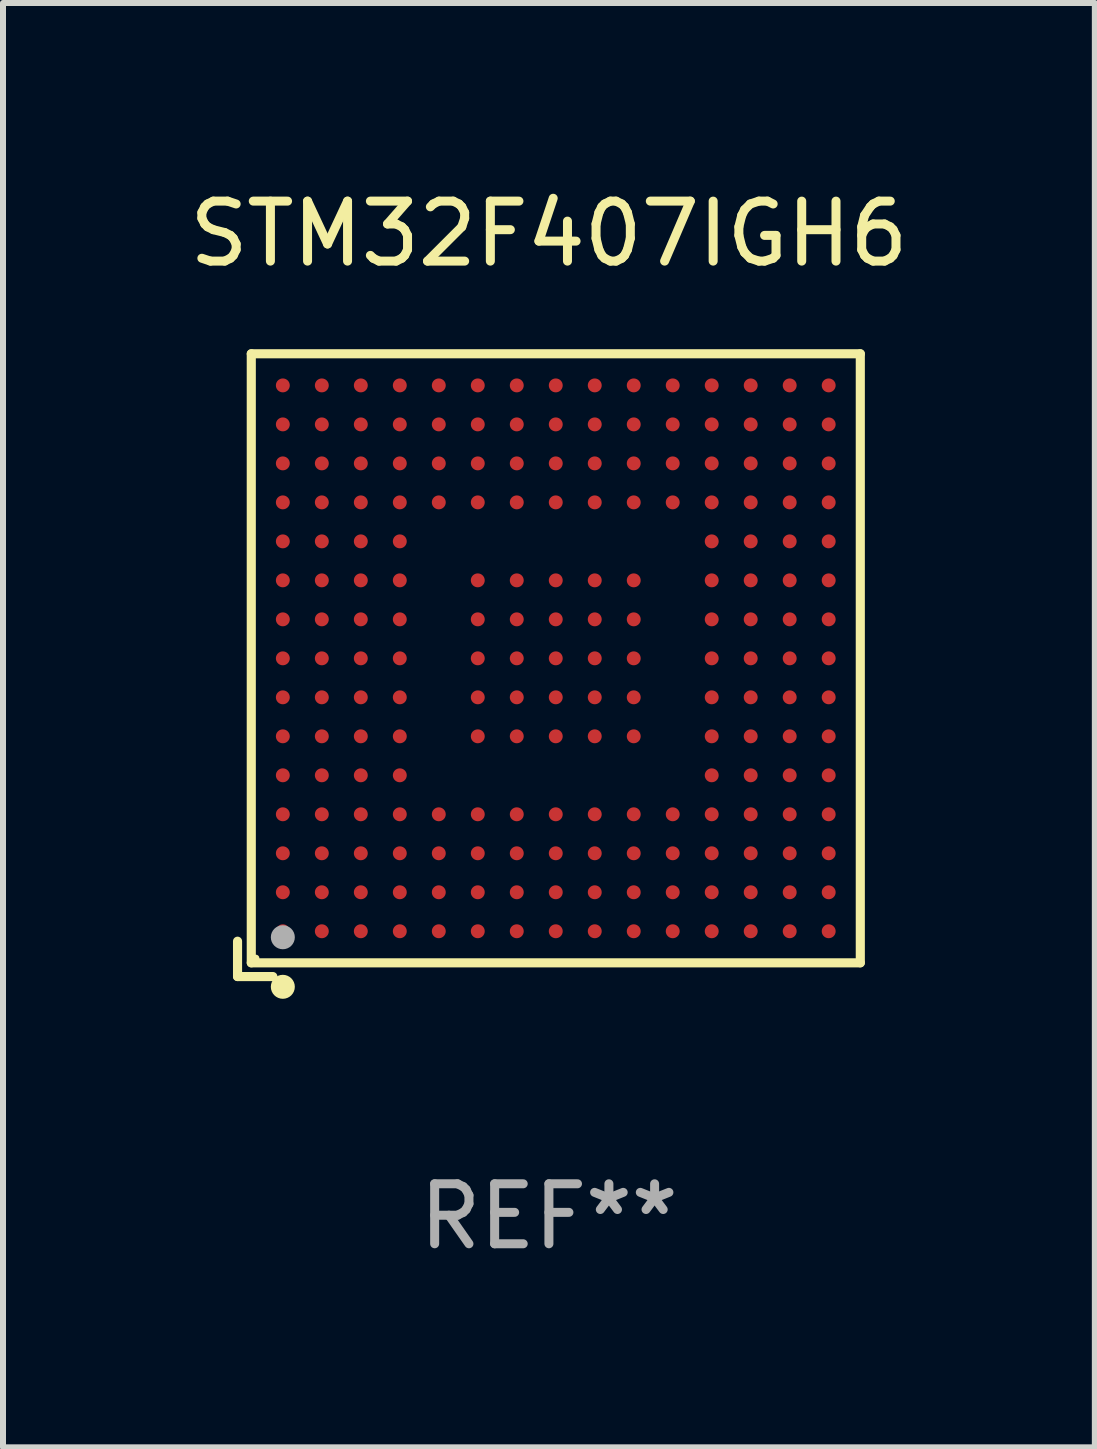
<source format=kicad_pcb>
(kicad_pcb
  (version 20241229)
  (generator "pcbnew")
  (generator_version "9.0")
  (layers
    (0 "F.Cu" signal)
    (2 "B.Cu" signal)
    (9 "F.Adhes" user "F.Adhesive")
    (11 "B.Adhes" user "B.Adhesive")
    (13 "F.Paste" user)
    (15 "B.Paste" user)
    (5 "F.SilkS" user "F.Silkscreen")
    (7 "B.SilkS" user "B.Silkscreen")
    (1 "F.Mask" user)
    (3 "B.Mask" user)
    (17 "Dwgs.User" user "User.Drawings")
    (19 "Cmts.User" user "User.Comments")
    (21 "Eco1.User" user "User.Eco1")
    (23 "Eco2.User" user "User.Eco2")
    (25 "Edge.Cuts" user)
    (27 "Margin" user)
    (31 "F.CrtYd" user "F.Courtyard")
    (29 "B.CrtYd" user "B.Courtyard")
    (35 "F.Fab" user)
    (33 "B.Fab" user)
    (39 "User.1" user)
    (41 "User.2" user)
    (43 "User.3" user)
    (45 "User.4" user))
  (footprint "STM32F407IGH6"
    (layer "F.Cu")
    (at 6.101 8.039)
    (property "Reference" "STM32F407IGH6" (at 0 -7.191 0) (layer "F.SilkS") (effects (font (size 1 1) (thickness 0.15))))
    (attr through_hole)
    (fp_line (start -5.191 4.602) (end -5.191 5.191) (stroke (width 0.152) (type solid)) (layer "F.SilkS"))
    (fp_line (start -5.191 5.191) (end -4.602 5.191) (stroke (width 0.152) (type solid)) (layer "F.SilkS"))
    (fp_line (start -4.962 -5.191) (end 5.191 -5.191) (stroke (width 0.152) (type solid)) (layer "F.SilkS"))
    (fp_line (start -4.962 4.962) (end -4.962 -5.191) (stroke (width 0.152) (type solid)) (layer "F.SilkS"))
    (fp_line (start 5.191 -5.191) (end 5.191 4.962) (stroke (width 0.152) (type solid)) (layer "F.SilkS"))
    (fp_line (start 5.191 4.962) (end -4.962 4.962) (stroke (width 0.152) (type solid)) (layer "F.SilkS"))
    (fp_circle (center -4.886 4.886) (end -4.856 4.886) (stroke (width 0.06) (type solid)) (fill no) (layer "F.SilkS"))
    (fp_circle (center -4.436 5.362) (end -4.336 5.362) (stroke (width 0.2) (type solid)) (fill no) (layer "F.SilkS"))
    (fp_circle (center -4.436 4.536) (end -4.336 4.536) (stroke (width 0.2) (type solid)) (fill no) (layer "F.Fab"))
    (fp_text user "REF**" (at 0 9.191 0) (layer "F.Fab") (effects (font (size 1 1) (thickness 0.15))))
    (pad "A1" smd circle (at -4.436 4.436) (size 0.232 0.232) (layers "F.Cu" "F.Mask" "F.Paste"))
    (pad "A2" smd circle (at -4.436 3.786) (size 0.232 0.232) (layers "F.Cu" "F.Mask" "F.Paste"))
    (pad "A3" smd circle (at -4.436 3.136) (size 0.232 0.232) (layers "F.Cu" "F.Mask" "F.Paste"))
    (pad "A4" smd circle (at -4.436 2.486) (size 0.232 0.232) (layers "F.Cu" "F.Mask" "F.Paste"))
    (pad "A5" smd circle (at -4.436 1.836) (size 0.232 0.232) (layers "F.Cu" "F.Mask" "F.Paste"))
    (pad "A6" smd circle (at -4.436 1.186) (size 0.232 0.232) (layers "F.Cu" "F.Mask" "F.Paste"))
    (pad "A7" smd circle (at -4.436 0.536) (size 0.232 0.232) (layers "F.Cu" "F.Mask" "F.Paste"))
    (pad "A8" smd circle (at -4.436 -0.114) (size 0.232 0.232) (layers "F.Cu" "F.Mask" "F.Paste"))
    (pad "A9" smd circle (at -4.436 -0.764) (size 0.232 0.232) (layers "F.Cu" "F.Mask" "F.Paste"))
    (pad "A10" smd circle (at -4.436 -1.414) (size 0.232 0.232) (layers "F.Cu" "F.Mask" "F.Paste"))
    (pad "A11" smd circle (at -4.436 -2.064) (size 0.232 0.232) (layers "F.Cu" "F.Mask" "F.Paste"))
    (pad "A12" smd circle (at -4.436 -2.714) (size 0.232 0.232) (layers "F.Cu" "F.Mask" "F.Paste"))
    (pad "A13" smd circle (at -4.436 -3.364) (size 0.232 0.232) (layers "F.Cu" "F.Mask" "F.Paste"))
    (pad "A14" smd circle (at -4.436 -4.014) (size 0.232 0.232) (layers "F.Cu" "F.Mask" "F.Paste"))
    (pad "A15" smd circle (at -4.436 -4.664) (size 0.232 0.232) (layers "F.Cu" "F.Mask" "F.Paste"))
    (pad "B1" smd circle (at -3.786 4.436) (size 0.232 0.232) (layers "F.Cu" "F.Mask" "F.Paste"))
    (pad "B2" smd circle (at -3.786 3.786) (size 0.232 0.232) (layers "F.Cu" "F.Mask" "F.Paste"))
    (pad "B3" smd circle (at -3.786 3.136) (size 0.232 0.232) (layers "F.Cu" "F.Mask" "F.Paste"))
    (pad "B4" smd circle (at -3.786 2.486) (size 0.232 0.232) (layers "F.Cu" "F.Mask" "F.Paste"))
    (pad "B5" smd circle (at -3.786 1.836) (size 0.232 0.232) (layers "F.Cu" "F.Mask" "F.Paste"))
    (pad "B6" smd circle (at -3.786 1.186) (size 0.232 0.232) (layers "F.Cu" "F.Mask" "F.Paste"))
    (pad "B7" smd circle (at -3.786 0.536) (size 0.232 0.232) (layers "F.Cu" "F.Mask" "F.Paste"))
    (pad "B8" smd circle (at -3.786 -0.114) (size 0.232 0.232) (layers "F.Cu" "F.Mask" "F.Paste"))
    (pad "B9" smd circle (at -3.786 -0.764) (size 0.232 0.232) (layers "F.Cu" "F.Mask" "F.Paste"))
    (pad "B10" smd circle (at -3.786 -1.414) (size 0.232 0.232) (layers "F.Cu" "F.Mask" "F.Paste"))
    (pad "B11" smd circle (at -3.786 -2.064) (size 0.232 0.232) (layers "F.Cu" "F.Mask" "F.Paste"))
    (pad "B12" smd circle (at -3.786 -2.714) (size 0.232 0.232) (layers "F.Cu" "F.Mask" "F.Paste"))
    (pad "B13" smd circle (at -3.786 -3.364) (size 0.232 0.232) (layers "F.Cu" "F.Mask" "F.Paste"))
    (pad "B14" smd circle (at -3.786 -4.014) (size 0.232 0.232) (layers "F.Cu" "F.Mask" "F.Paste"))
    (pad "B15" smd circle (at -3.786 -4.664) (size 0.232 0.232) (layers "F.Cu" "F.Mask" "F.Paste"))
    (pad "C1" smd circle (at -3.136 4.436) (size 0.232 0.232) (layers "F.Cu" "F.Mask" "F.Paste"))
    (pad "C2" smd circle (at -3.136 3.786) (size 0.232 0.232) (layers "F.Cu" "F.Mask" "F.Paste"))
    (pad "C3" smd circle (at -3.136 3.136) (size 0.232 0.232) (layers "F.Cu" "F.Mask" "F.Paste"))
    (pad "C4" smd circle (at -3.136 2.486) (size 0.232 0.232) (layers "F.Cu" "F.Mask" "F.Paste"))
    (pad "C5" smd circle (at -3.136 1.836) (size 0.232 0.232) (layers "F.Cu" "F.Mask" "F.Paste"))
    (pad "C6" smd circle (at -3.136 1.186) (size 0.232 0.232) (layers "F.Cu" "F.Mask" "F.Paste"))
    (pad "C7" smd circle (at -3.136 0.536) (size 0.232 0.232) (layers "F.Cu" "F.Mask" "F.Paste"))
    (pad "C8" smd circle (at -3.136 -0.114) (size 0.232 0.232) (layers "F.Cu" "F.Mask" "F.Paste"))
    (pad "C9" smd circle (at -3.136 -0.764) (size 0.232 0.232) (layers "F.Cu" "F.Mask" "F.Paste"))
    (pad "C10" smd circle (at -3.136 -1.414) (size 0.232 0.232) (layers "F.Cu" "F.Mask" "F.Paste"))
    (pad "C11" smd circle (at -3.136 -2.064) (size 0.232 0.232) (layers "F.Cu" "F.Mask" "F.Paste"))
    (pad "C12" smd circle (at -3.136 -2.714) (size 0.232 0.232) (layers "F.Cu" "F.Mask" "F.Paste"))
    (pad "C13" smd circle (at -3.136 -3.364) (size 0.232 0.232) (layers "F.Cu" "F.Mask" "F.Paste"))
    (pad "C14" smd circle (at -3.136 -4.014) (size 0.232 0.232) (layers "F.Cu" "F.Mask" "F.Paste"))
    (pad "C15" smd circle (at -3.136 -4.664) (size 0.232 0.232) (layers "F.Cu" "F.Mask" "F.Paste"))
    (pad "D1" smd circle (at -2.486 4.436) (size 0.232 0.232) (layers "F.Cu" "F.Mask" "F.Paste"))
    (pad "D2" smd circle (at -2.486 3.786) (size 0.232 0.232) (layers "F.Cu" "F.Mask" "F.Paste"))
    (pad "D3" smd circle (at -2.486 3.136) (size 0.232 0.232) (layers "F.Cu" "F.Mask" "F.Paste"))
    (pad "D4" smd circle (at -2.486 2.486) (size 0.232 0.232) (layers "F.Cu" "F.Mask" "F.Paste"))
    (pad "D5" smd circle (at -2.486 1.836) (size 0.232 0.232) (layers "F.Cu" "F.Mask" "F.Paste"))
    (pad "D6" smd circle (at -2.486 1.186) (size 0.232 0.232) (layers "F.Cu" "F.Mask" "F.Paste"))
    (pad "D7" smd circle (at -2.486 0.536) (size 0.232 0.232) (layers "F.Cu" "F.Mask" "F.Paste"))
    (pad "D8" smd circle (at -2.486 -0.114) (size 0.232 0.232) (layers "F.Cu" "F.Mask" "F.Paste"))
    (pad "D9" smd circle (at -2.486 -0.764) (size 0.232 0.232) (layers "F.Cu" "F.Mask" "F.Paste"))
    (pad "D10" smd circle (at -2.486 -1.414) (size 0.232 0.232) (layers "F.Cu" "F.Mask" "F.Paste"))
    (pad "D11" smd circle (at -2.486 -2.064) (size 0.232 0.232) (layers "F.Cu" "F.Mask" "F.Paste"))
    (pad "D12" smd circle (at -2.486 -2.714) (size 0.232 0.232) (layers "F.Cu" "F.Mask" "F.Paste"))
    (pad "D13" smd circle (at -2.486 -3.364) (size 0.232 0.232) (layers "F.Cu" "F.Mask" "F.Paste"))
    (pad "D14" smd circle (at -2.486 -4.014) (size 0.232 0.232) (layers "F.Cu" "F.Mask" "F.Paste"))
    (pad "D15" smd circle (at -2.486 -4.664) (size 0.232 0.232) (layers "F.Cu" "F.Mask" "F.Paste"))
    (pad "E1" smd circle (at -1.836 4.436) (size 0.232 0.232) (layers "F.Cu" "F.Mask" "F.Paste"))
    (pad "E2" smd circle (at -1.836 3.786) (size 0.232 0.232) (layers "F.Cu" "F.Mask" "F.Paste"))
    (pad "E3" smd circle (at -1.836 3.136) (size 0.232 0.232) (layers "F.Cu" "F.Mask" "F.Paste"))
    (pad "E4" smd circle (at -1.836 2.486) (size 0.232 0.232) (layers "F.Cu" "F.Mask" "F.Paste"))
    (pad "E12" smd circle (at -1.836 -2.714) (size 0.232 0.232) (layers "F.Cu" "F.Mask" "F.Paste"))
    (pad "E13" smd circle (at -1.836 -3.364) (size 0.232 0.232) (layers "F.Cu" "F.Mask" "F.Paste"))
    (pad "E14" smd circle (at -1.836 -4.014) (size 0.232 0.232) (layers "F.Cu" "F.Mask" "F.Paste"))
    (pad "E15" smd circle (at -1.836 -4.664) (size 0.232 0.232) (layers "F.Cu" "F.Mask" "F.Paste"))
    (pad "F1" smd circle (at -1.186 4.436) (size 0.232 0.232) (layers "F.Cu" "F.Mask" "F.Paste"))
    (pad "F2" smd circle (at -1.186 3.786) (size 0.232 0.232) (layers "F.Cu" "F.Mask" "F.Paste"))
    (pad "F3" smd circle (at -1.186 3.136) (size 0.232 0.232) (layers "F.Cu" "F.Mask" "F.Paste"))
    (pad "F4" smd circle (at -1.186 2.486) (size 0.232 0.232) (layers "F.Cu" "F.Mask" "F.Paste"))
    (pad "F6" smd circle (at -1.186 1.186) (size 0.232 0.232) (layers "F.Cu" "F.Mask" "F.Paste"))
    (pad "F7" smd circle (at -1.186 0.536) (size 0.232 0.232) (layers "F.Cu" "F.Mask" "F.Paste"))
    (pad "F8" smd circle (at -1.186 -0.114) (size 0.232 0.232) (layers "F.Cu" "F.Mask" "F.Paste"))
    (pad "F9" smd circle (at -1.186 -0.764) (size 0.232 0.232) (layers "F.Cu" "F.Mask" "F.Paste"))
    (pad "F10" smd circle (at -1.186 -1.414) (size 0.232 0.232) (layers "F.Cu" "F.Mask" "F.Paste"))
    (pad "F12" smd circle (at -1.186 -2.714) (size 0.232 0.232) (layers "F.Cu" "F.Mask" "F.Paste"))
    (pad "F13" smd circle (at -1.186 -3.364) (size 0.232 0.232) (layers "F.Cu" "F.Mask" "F.Paste"))
    (pad "F14" smd circle (at -1.186 -4.014) (size 0.232 0.232) (layers "F.Cu" "F.Mask" "F.Paste"))
    (pad "F15" smd circle (at -1.186 -4.664) (size 0.232 0.232) (layers "F.Cu" "F.Mask" "F.Paste"))
    (pad "G1" smd circle (at -0.536 4.436) (size 0.232 0.232) (layers "F.Cu" "F.Mask" "F.Paste"))
    (pad "G2" smd circle (at -0.536 3.786) (size 0.232 0.232) (layers "F.Cu" "F.Mask" "F.Paste"))
    (pad "G3" smd circle (at -0.536 3.136) (size 0.232 0.232) (layers "F.Cu" "F.Mask" "F.Paste"))
    (pad "G4" smd circle (at -0.536 2.486) (size 0.232 0.232) (layers "F.Cu" "F.Mask" "F.Paste"))
    (pad "G6" smd circle (at -0.536 1.186) (size 0.232 0.232) (layers "F.Cu" "F.Mask" "F.Paste"))
    (pad "G7" smd circle (at -0.536 0.536) (size 0.232 0.232) (layers "F.Cu" "F.Mask" "F.Paste"))
    (pad "G8" smd circle (at -0.536 -0.114) (size 0.232 0.232) (layers "F.Cu" "F.Mask" "F.Paste"))
    (pad "G9" smd circle (at -0.536 -0.764) (size 0.232 0.232) (layers "F.Cu" "F.Mask" "F.Paste"))
    (pad "G10" smd circle (at -0.536 -1.414) (size 0.232 0.232) (layers "F.Cu" "F.Mask" "F.Paste"))
    (pad "G12" smd circle (at -0.536 -2.714) (size 0.232 0.232) (layers "F.Cu" "F.Mask" "F.Paste"))
    (pad "G13" smd circle (at -0.536 -3.364) (size 0.232 0.232) (layers "F.Cu" "F.Mask" "F.Paste"))
    (pad "G14" smd circle (at -0.536 -4.014) (size 0.232 0.232) (layers "F.Cu" "F.Mask" "F.Paste"))
    (pad "G15" smd circle (at -0.536 -4.664) (size 0.232 0.232) (layers "F.Cu" "F.Mask" "F.Paste"))
    (pad "H1" smd circle (at 0.114 4.436) (size 0.232 0.232) (layers "F.Cu" "F.Mask" "F.Paste"))
    (pad "H2" smd circle (at 0.114 3.786) (size 0.232 0.232) (layers "F.Cu" "F.Mask" "F.Paste"))
    (pad "H3" smd circle (at 0.114 3.136) (size 0.232 0.232) (layers "F.Cu" "F.Mask" "F.Paste"))
    (pad "H4" smd circle (at 0.114 2.486) (size 0.232 0.232) (layers "F.Cu" "F.Mask" "F.Paste"))
    (pad "H6" smd circle (at 0.114 1.186) (size 0.232 0.232) (layers "F.Cu" "F.Mask" "F.Paste"))
    (pad "H7" smd circle (at 0.114 0.536) (size 0.232 0.232) (layers "F.Cu" "F.Mask" "F.Paste"))
    (pad "H8" smd circle (at 0.114 -0.114) (size 0.232 0.232) (layers "F.Cu" "F.Mask" "F.Paste"))
    (pad "H9" smd circle (at 0.114 -0.764) (size 0.232 0.232) (layers "F.Cu" "F.Mask" "F.Paste"))
    (pad "H10" smd circle (at 0.114 -1.414) (size 0.232 0.232) (layers "F.Cu" "F.Mask" "F.Paste"))
    (pad "H12" smd circle (at 0.114 -2.714) (size 0.232 0.232) (layers "F.Cu" "F.Mask" "F.Paste"))
    (pad "H13" smd circle (at 0.114 -3.364) (size 0.232 0.232) (layers "F.Cu" "F.Mask" "F.Paste"))
    (pad "H14" smd circle (at 0.114 -4.014) (size 0.232 0.232) (layers "F.Cu" "F.Mask" "F.Paste"))
    (pad "H15" smd circle (at 0.114 -4.664) (size 0.232 0.232) (layers "F.Cu" "F.Mask" "F.Paste"))
    (pad "J1" smd circle (at 0.764 4.436) (size 0.232 0.232) (layers "F.Cu" "F.Mask" "F.Paste"))
    (pad "J2" smd circle (at 0.764 3.786) (size 0.232 0.232) (layers "F.Cu" "F.Mask" "F.Paste"))
    (pad "J3" smd circle (at 0.764 3.136) (size 0.232 0.232) (layers "F.Cu" "F.Mask" "F.Paste"))
    (pad "J4" smd circle (at 0.764 2.486) (size 0.232 0.232) (layers "F.Cu" "F.Mask" "F.Paste"))
    (pad "J6" smd circle (at 0.764 1.186) (size 0.232 0.232) (layers "F.Cu" "F.Mask" "F.Paste"))
    (pad "J7" smd circle (at 0.764 0.536) (size 0.232 0.232) (layers "F.Cu" "F.Mask" "F.Paste"))
    (pad "J8" smd circle (at 0.764 -0.114) (size 0.232 0.232) (layers "F.Cu" "F.Mask" "F.Paste"))
    (pad "J9" smd circle (at 0.764 -0.764) (size 0.232 0.232) (layers "F.Cu" "F.Mask" "F.Paste"))
    (pad "J10" smd circle (at 0.764 -1.414) (size 0.232 0.232) (layers "F.Cu" "F.Mask" "F.Paste"))
    (pad "J12" smd circle (at 0.764 -2.714) (size 0.232 0.232) (layers "F.Cu" "F.Mask" "F.Paste"))
    (pad "J13" smd circle (at 0.764 -3.364) (size 0.232 0.232) (layers "F.Cu" "F.Mask" "F.Paste"))
    (pad "J14" smd circle (at 0.764 -4.014) (size 0.232 0.232) (layers "F.Cu" "F.Mask" "F.Paste"))
    (pad "J15" smd circle (at 0.764 -4.664) (size 0.232 0.232) (layers "F.Cu" "F.Mask" "F.Paste"))
    (pad "K1" smd circle (at 1.414 4.436) (size 0.232 0.232) (layers "F.Cu" "F.Mask" "F.Paste"))
    (pad "K2" smd circle (at 1.414 3.786) (size 0.232 0.232) (layers "F.Cu" "F.Mask" "F.Paste"))
    (pad "K3" smd circle (at 1.414 3.136) (size 0.232 0.232) (layers "F.Cu" "F.Mask" "F.Paste"))
    (pad "K4" smd circle (at 1.414 2.486) (size 0.232 0.232) (layers "F.Cu" "F.Mask" "F.Paste"))
    (pad "K6" smd circle (at 1.414 1.186) (size 0.232 0.232) (layers "F.Cu" "F.Mask" "F.Paste"))
    (pad "K7" smd circle (at 1.414 0.536) (size 0.232 0.232) (layers "F.Cu" "F.Mask" "F.Paste"))
    (pad "K8" smd circle (at 1.414 -0.114) (size 0.232 0.232) (layers "F.Cu" "F.Mask" "F.Paste"))
    (pad "K9" smd circle (at 1.414 -0.764) (size 0.232 0.232) (layers "F.Cu" "F.Mask" "F.Paste"))
    (pad "K10" smd circle (at 1.414 -1.414) (size 0.232 0.232) (layers "F.Cu" "F.Mask" "F.Paste"))
    (pad "K12" smd circle (at 1.414 -2.714) (size 0.232 0.232) (layers "F.Cu" "F.Mask" "F.Paste"))
    (pad "K13" smd circle (at 1.414 -3.364) (size 0.232 0.232) (layers "F.Cu" "F.Mask" "F.Paste"))
    (pad "K14" smd circle (at 1.414 -4.014) (size 0.232 0.232) (layers "F.Cu" "F.Mask" "F.Paste"))
    (pad "K15" smd circle (at 1.414 -4.664) (size 0.232 0.232) (layers "F.Cu" "F.Mask" "F.Paste"))
    (pad "L1" smd circle (at 2.064 4.436) (size 0.232 0.232) (layers "F.Cu" "F.Mask" "F.Paste"))
    (pad "L2" smd circle (at 2.064 3.786) (size 0.232 0.232) (layers "F.Cu" "F.Mask" "F.Paste"))
    (pad "L3" smd circle (at 2.064 3.136) (size 0.232 0.232) (layers "F.Cu" "F.Mask" "F.Paste"))
    (pad "L4" smd circle (at 2.064 2.486) (size 0.232 0.232) (layers "F.Cu" "F.Mask" "F.Paste"))
    (pad "L12" smd circle (at 2.064 -2.714) (size 0.232 0.232) (layers "F.Cu" "F.Mask" "F.Paste"))
    (pad "L13" smd circle (at 2.064 -3.364) (size 0.232 0.232) (layers "F.Cu" "F.Mask" "F.Paste"))
    (pad "L14" smd circle (at 2.064 -4.014) (size 0.232 0.232) (layers "F.Cu" "F.Mask" "F.Paste"))
    (pad "L15" smd circle (at 2.064 -4.664) (size 0.232 0.232) (layers "F.Cu" "F.Mask" "F.Paste"))
    (pad "M1" smd circle (at 2.714 4.436) (size 0.232 0.232) (layers "F.Cu" "F.Mask" "F.Paste"))
    (pad "M2" smd circle (at 2.714 3.786) (size 0.232 0.232) (layers "F.Cu" "F.Mask" "F.Paste"))
    (pad "M3" smd circle (at 2.714 3.136) (size 0.232 0.232) (layers "F.Cu" "F.Mask" "F.Paste"))
    (pad "M4" smd circle (at 2.714 2.486) (size 0.232 0.232) (layers "F.Cu" "F.Mask" "F.Paste"))
    (pad "M5" smd circle (at 2.714 1.836) (size 0.232 0.232) (layers "F.Cu" "F.Mask" "F.Paste"))
    (pad "M6" smd circle (at 2.714 1.186) (size 0.232 0.232) (layers "F.Cu" "F.Mask" "F.Paste"))
    (pad "M7" smd circle (at 2.714 0.536) (size 0.232 0.232) (layers "F.Cu" "F.Mask" "F.Paste"))
    (pad "M8" smd circle (at 2.714 -0.114) (size 0.232 0.232) (layers "F.Cu" "F.Mask" "F.Paste"))
    (pad "M9" smd circle (at 2.714 -0.764) (size 0.232 0.232) (layers "F.Cu" "F.Mask" "F.Paste"))
    (pad "M10" smd circle (at 2.714 -1.414) (size 0.232 0.232) (layers "F.Cu" "F.Mask" "F.Paste"))
    (pad "M11" smd circle (at 2.714 -2.064) (size 0.232 0.232) (layers "F.Cu" "F.Mask" "F.Paste"))
    (pad "M12" smd circle (at 2.714 -2.714) (size 0.232 0.232) (layers "F.Cu" "F.Mask" "F.Paste"))
    (pad "M13" smd circle (at 2.714 -3.364) (size 0.232 0.232) (layers "F.Cu" "F.Mask" "F.Paste"))
    (pad "M14" smd circle (at 2.714 -4.014) (size 0.232 0.232) (layers "F.Cu" "F.Mask" "F.Paste"))
    (pad "M15" smd circle (at 2.714 -4.664) (size 0.232 0.232) (layers "F.Cu" "F.Mask" "F.Paste"))
    (pad "N1" smd circle (at 3.364 4.436) (size 0.232 0.232) (layers "F.Cu" "F.Mask" "F.Paste"))
    (pad "N2" smd circle (at 3.364 3.786) (size 0.232 0.232) (layers "F.Cu" "F.Mask" "F.Paste"))
    (pad "N3" smd circle (at 3.364 3.136) (size 0.232 0.232) (layers "F.Cu" "F.Mask" "F.Paste"))
    (pad "N4" smd circle (at 3.364 2.486) (size 0.232 0.232) (layers "F.Cu" "F.Mask" "F.Paste"))
    (pad "N5" smd circle (at 3.364 1.836) (size 0.232 0.232) (layers "F.Cu" "F.Mask" "F.Paste"))
    (pad "N6" smd circle (at 3.364 1.186) (size 0.232 0.232) (layers "F.Cu" "F.Mask" "F.Paste"))
    (pad "N7" smd circle (at 3.364 0.536) (size 0.232 0.232) (layers "F.Cu" "F.Mask" "F.Paste"))
    (pad "N8" smd circle (at 3.364 -0.114) (size 0.232 0.232) (layers "F.Cu" "F.Mask" "F.Paste"))
    (pad "N9" smd circle (at 3.364 -0.764) (size 0.232 0.232) (layers "F.Cu" "F.Mask" "F.Paste"))
    (pad "N10" smd circle (at 3.364 -1.414) (size 0.232 0.232) (layers "F.Cu" "F.Mask" "F.Paste"))
    (pad "N11" smd circle (at 3.364 -2.064) (size 0.232 0.232) (layers "F.Cu" "F.Mask" "F.Paste"))
    (pad "N12" smd circle (at 3.364 -2.714) (size 0.232 0.232) (layers "F.Cu" "F.Mask" "F.Paste"))
    (pad "N13" smd circle (at 3.364 -3.364) (size 0.232 0.232) (layers "F.Cu" "F.Mask" "F.Paste"))
    (pad "N14" smd circle (at 3.364 -4.014) (size 0.232 0.232) (layers "F.Cu" "F.Mask" "F.Paste"))
    (pad "N15" smd circle (at 3.364 -4.664) (size 0.232 0.232) (layers "F.Cu" "F.Mask" "F.Paste"))
    (pad "P1" smd circle (at 4.014 4.436) (size 0.232 0.232) (layers "F.Cu" "F.Mask" "F.Paste"))
    (pad "P2" smd circle (at 4.014 3.786) (size 0.232 0.232) (layers "F.Cu" "F.Mask" "F.Paste"))
    (pad "P3" smd circle (at 4.014 3.136) (size 0.232 0.232) (layers "F.Cu" "F.Mask" "F.Paste"))
    (pad "P4" smd circle (at 4.014 2.486) (size 0.232 0.232) (layers "F.Cu" "F.Mask" "F.Paste"))
    (pad "P5" smd circle (at 4.014 1.836) (size 0.232 0.232) (layers "F.Cu" "F.Mask" "F.Paste"))
    (pad "P6" smd circle (at 4.014 1.186) (size 0.232 0.232) (layers "F.Cu" "F.Mask" "F.Paste"))
    (pad "P7" smd circle (at 4.014 0.536) (size 0.232 0.232) (layers "F.Cu" "F.Mask" "F.Paste"))
    (pad "P8" smd circle (at 4.014 -0.114) (size 0.232 0.232) (layers "F.Cu" "F.Mask" "F.Paste"))
    (pad "P9" smd circle (at 4.014 -0.764) (size 0.232 0.232) (layers "F.Cu" "F.Mask" "F.Paste"))
    (pad "P10" smd circle (at 4.014 -1.414) (size 0.232 0.232) (layers "F.Cu" "F.Mask" "F.Paste"))
    (pad "P11" smd circle (at 4.014 -2.064) (size 0.232 0.232) (layers "F.Cu" "F.Mask" "F.Paste"))
    (pad "P12" smd circle (at 4.014 -2.714) (size 0.232 0.232) (layers "F.Cu" "F.Mask" "F.Paste"))
    (pad "P13" smd circle (at 4.014 -3.364) (size 0.232 0.232) (layers "F.Cu" "F.Mask" "F.Paste"))
    (pad "P14" smd circle (at 4.014 -4.014) (size 0.232 0.232) (layers "F.Cu" "F.Mask" "F.Paste"))
    (pad "P15" smd circle (at 4.014 -4.664) (size 0.232 0.232) (layers "F.Cu" "F.Mask" "F.Paste"))
    (pad "R1" smd circle (at 4.664 4.436) (size 0.232 0.232) (layers "F.Cu" "F.Mask" "F.Paste"))
    (pad "R2" smd circle (at 4.664 3.786) (size 0.232 0.232) (layers "F.Cu" "F.Mask" "F.Paste"))
    (pad "R3" smd circle (at 4.664 3.136) (size 0.232 0.232) (layers "F.Cu" "F.Mask" "F.Paste"))
    (pad "R4" smd circle (at 4.664 2.486) (size 0.232 0.232) (layers "F.Cu" "F.Mask" "F.Paste"))
    (pad "R5" smd circle (at 4.664 1.836) (size 0.232 0.232) (layers "F.Cu" "F.Mask" "F.Paste"))
    (pad "R6" smd circle (at 4.664 1.186) (size 0.232 0.232) (layers "F.Cu" "F.Mask" "F.Paste"))
    (pad "R7" smd circle (at 4.664 0.536) (size 0.232 0.232) (layers "F.Cu" "F.Mask" "F.Paste"))
    (pad "R8" smd circle (at 4.664 -0.114) (size 0.232 0.232) (layers "F.Cu" "F.Mask" "F.Paste"))
    (pad "R9" smd circle (at 4.664 -0.764) (size 0.232 0.232) (layers "F.Cu" "F.Mask" "F.Paste"))
    (pad "R10" smd circle (at 4.664 -1.414) (size 0.232 0.232) (layers "F.Cu" "F.Mask" "F.Paste"))
    (pad "R11" smd circle (at 4.664 -2.064) (size 0.232 0.232) (layers "F.Cu" "F.Mask" "F.Paste"))
    (pad "R12" smd circle (at 4.664 -2.714) (size 0.232 0.232) (layers "F.Cu" "F.Mask" "F.Paste"))
    (pad "R13" smd circle (at 4.664 -3.364) (size 0.232 0.232) (layers "F.Cu" "F.Mask" "F.Paste"))
    (pad "R14" smd circle (at 4.664 -4.014) (size 0.232 0.232) (layers "F.Cu" "F.Mask" "F.Paste"))
    (pad "R15" smd circle (at 4.664 -4.664) (size 0.232 0.232) (layers "F.Cu" "F.Mask" "F.Paste")))
  (gr_rect
    (start -3 -3)
    (end 15.202 21.078)
    (stroke (width 0.1) (type default))
    (fill no)
    (layer "Edge.Cuts")))
</source>
